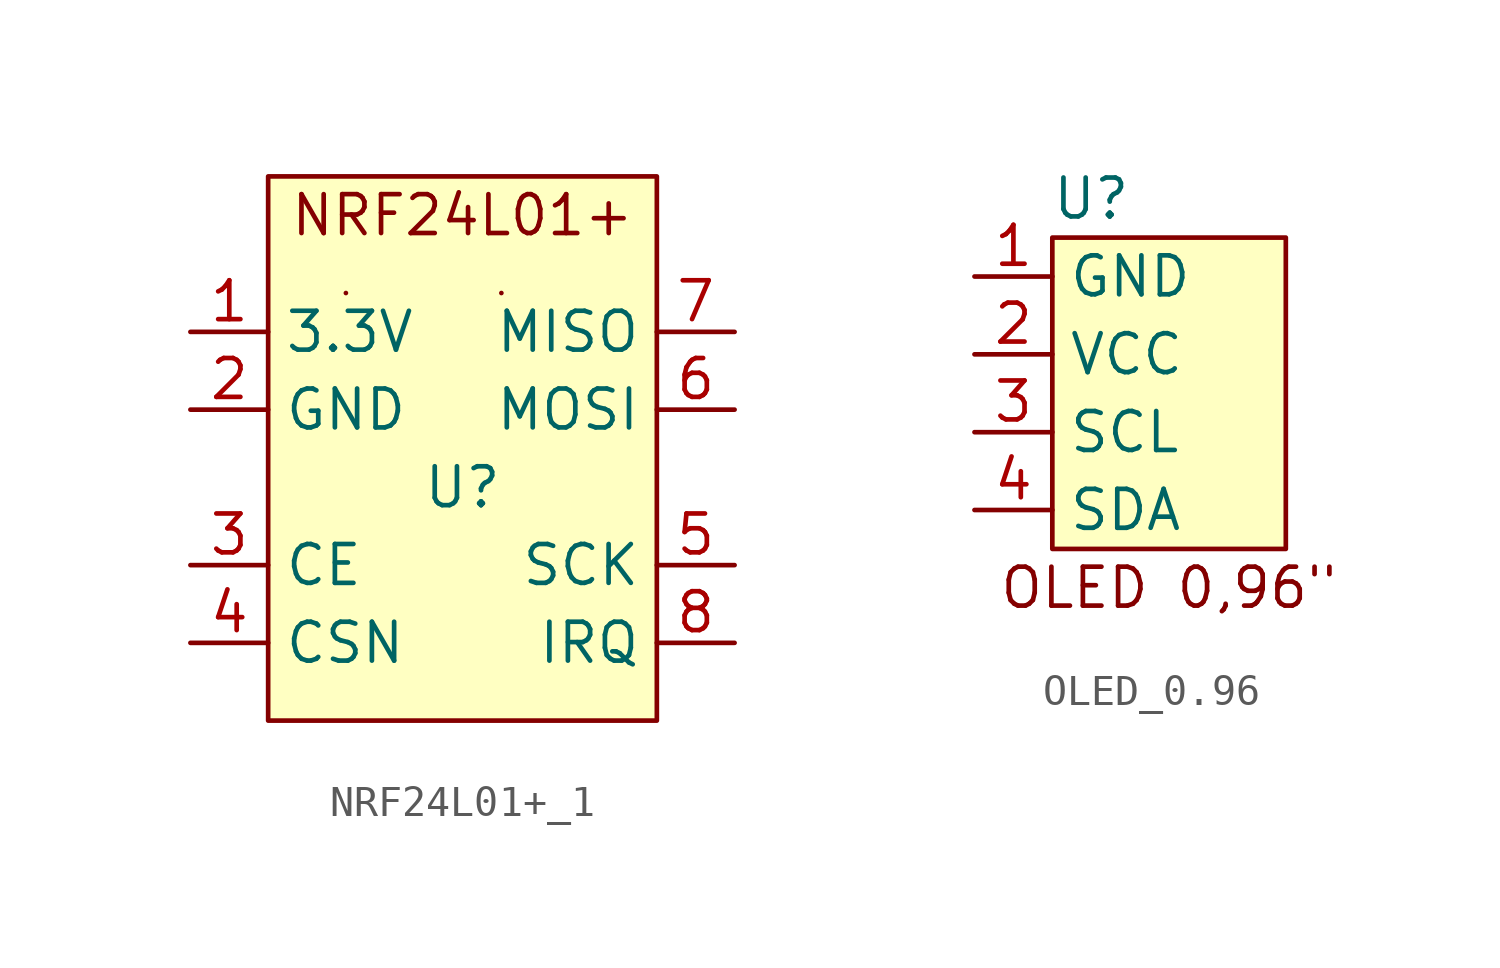
<source format=kicad_sym>
(kicad_symbol_lib
  (version 20220914)
  (generator kicad_symbol_editor)
  (symbol "NRF24L01+_1"
    (property "Reference" "U"
      (at 0 0 0)
      (effects (font (size 1.27 1.27))))
    (property "Value" ""
      (at 0 0 0)
      (effects (font (size 1.27 1.27))))
    (symbol "NRF24L01+_1_0_1"
      (rectangle (start -3.81 6.35) (end -3.81 6.35) (stroke (width 0) (type default)) (fill (type none)))
      (rectangle (start 1.27 6.35) (end 1.27 6.35) (stroke (width 0) (type default)) (fill (type none))))
    (symbol "NRF24L01+_1_1_1"
      (rectangle (start -6.35 10.16) (end 6.35 -7.62) (stroke (width 0) (type default)) (fill (type background)))
      (text "NRF24L01+" (at 0 8.89 0) (effects (font (size 1.27 1.27))))
      (pin power_in line (at -8.89 5.08 0) (length 2.54) (name "3.3V" (effects (font (size 1.27 1.27)))) (number "1" (effects (font (size 1.27 1.27)))))
      (pin power_in line (at -8.89 2.54 0) (length 2.54) (name "GND" (effects (font (size 1.27 1.27)))) (number "2" (effects (font (size 1.27 1.27)))))
      (pin input line (at -8.89 -2.54 0) (length 2.54) (name "CE" (effects (font (size 1.27 1.27)))) (number "3" (effects (font (size 1.27 1.27)))))
      (pin input line (at -8.89 -5.08 0) (length 2.54) (name "CSN" (effects (font (size 1.27 1.27)))) (number "4" (effects (font (size 1.27 1.27)))))
      (pin output line (at 8.89 -2.54 180) (length 2.54) (name "SCK" (effects (font (size 1.27 1.27)))) (number "5" (effects (font (size 1.27 1.27)))))
      (pin input line (at 8.89 2.54 180) (length 2.54) (name "MOSI" (effects (font (size 1.27 1.27)))) (number "6" (effects (font (size 1.27 1.27)))))
      (pin output line (at 8.89 5.08 180) (length 2.54) (name "MISO" (effects (font (size 1.27 1.27)))) (number "7" (effects (font (size 1.27 1.27)))))
      (pin output line (at 8.89 -5.08 180) (length 2.54) (name "IRQ" (effects (font (size 1.27 1.27)))) (number "8" (effects (font (size 1.27 1.27)))))))
  (symbol "OLED_0.96"
    (property "Reference" "U"
      (at -2.54 6.35 0)
      (effects (font (size 1.27 1.27))))
    (property "Value" ""
      (at 0 0 0)
      (effects (font (size 1.27 1.27))))
    (symbol "OLED_0.96_1_1"
      (rectangle (start -3.81 5.08) (end 3.81 -5.08) (stroke (width 0) (type default)) (fill (type background)))
      (text "OLED 0,96\"" (at 0 -6.35 0) (effects (font (size 1.27 1.27))))
      (pin power_in line (at -6.35 3.81 0) (length 2.54) (name "GND" (effects (font (size 1.27 1.27)))) (number "1" (effects (font (size 1.27 1.27)))))
      (pin power_in line (at -6.35 1.27 0) (length 2.54) (name "VCC" (effects (font (size 1.27 1.27)))) (number "2" (effects (font (size 1.27 1.27)))))
      (pin input line (at -6.35 -1.27 0) (length 2.54) (name "SCL" (effects (font (size 1.27 1.27)))) (number "3" (effects (font (size 1.27 1.27)))))
      (pin bidirectional line (at -6.35 -3.81 0) (length 2.54) (name "SDA" (effects (font (size 1.27 1.27)))) (number "4" (effects (font (size 1.27 1.27))))))))
</source>
